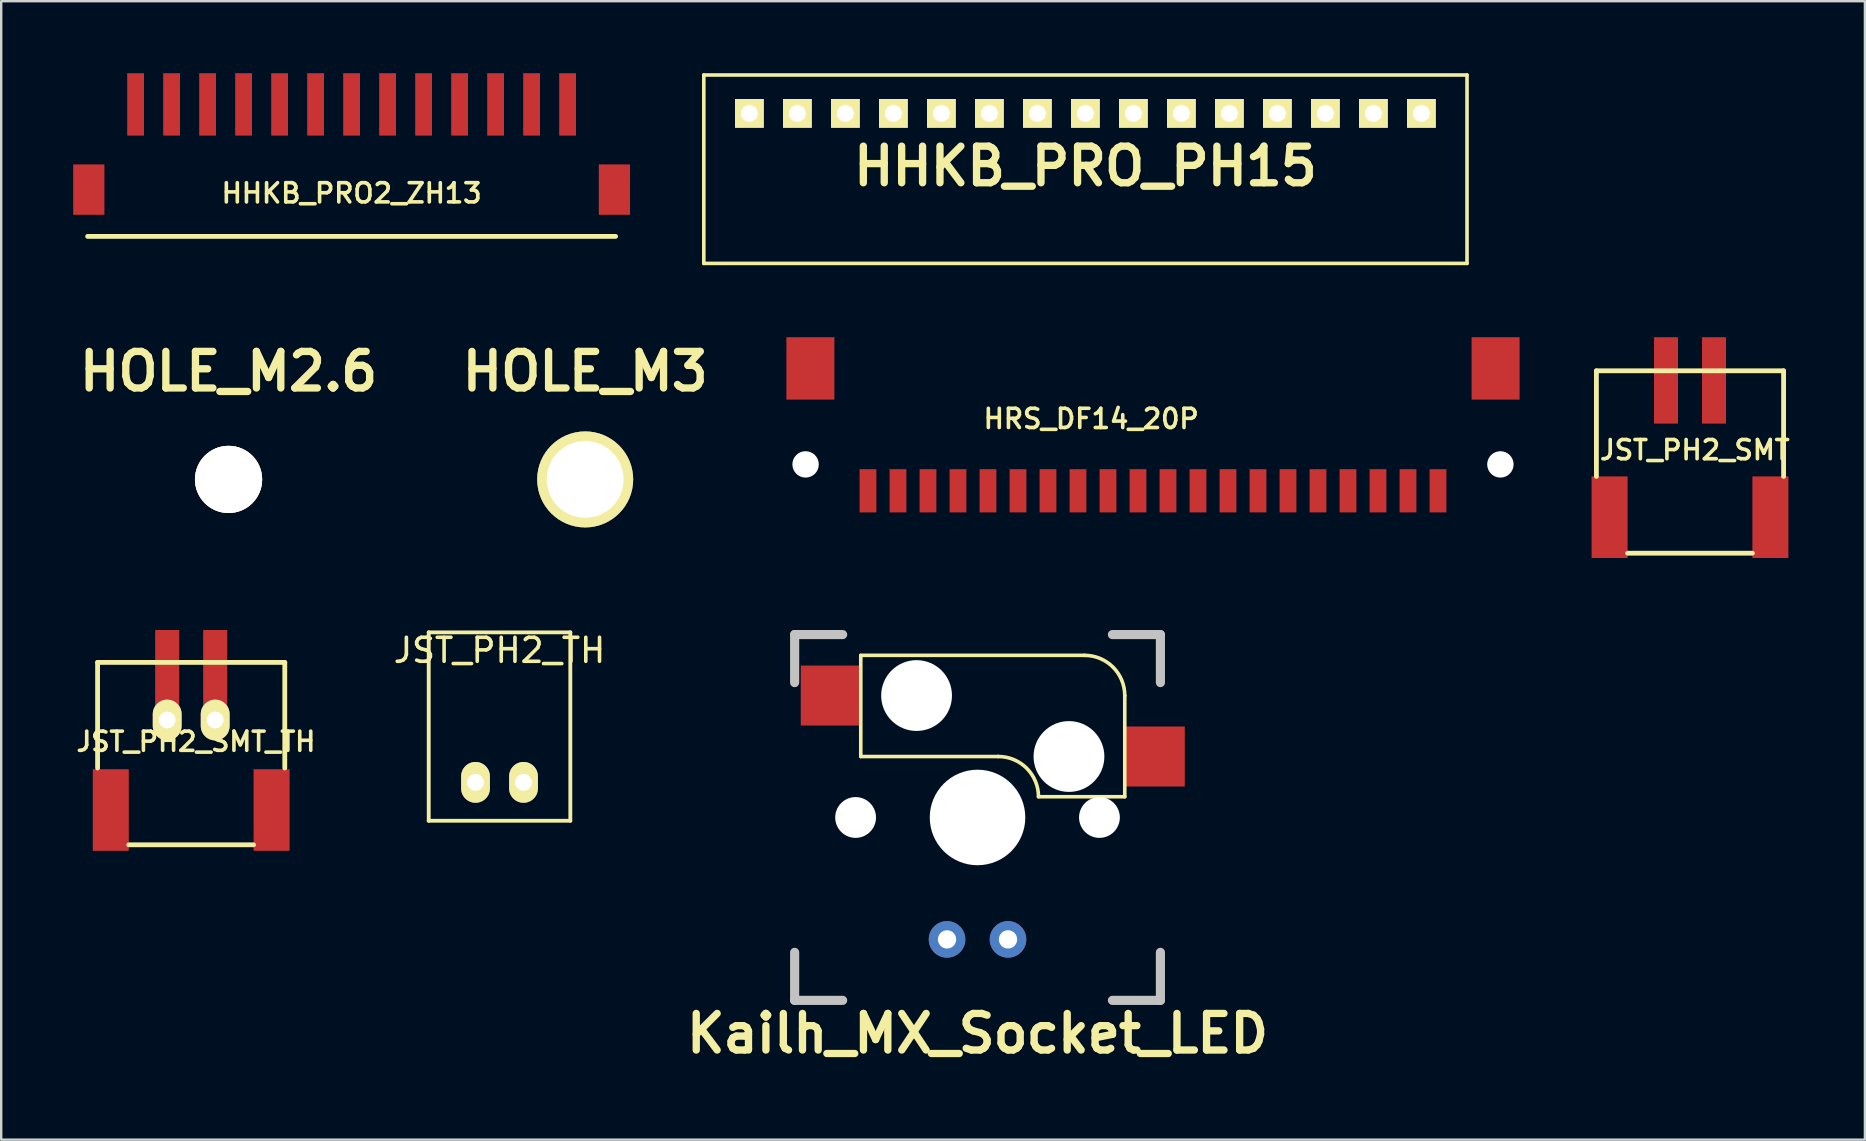
<source format=kicad_pcb>
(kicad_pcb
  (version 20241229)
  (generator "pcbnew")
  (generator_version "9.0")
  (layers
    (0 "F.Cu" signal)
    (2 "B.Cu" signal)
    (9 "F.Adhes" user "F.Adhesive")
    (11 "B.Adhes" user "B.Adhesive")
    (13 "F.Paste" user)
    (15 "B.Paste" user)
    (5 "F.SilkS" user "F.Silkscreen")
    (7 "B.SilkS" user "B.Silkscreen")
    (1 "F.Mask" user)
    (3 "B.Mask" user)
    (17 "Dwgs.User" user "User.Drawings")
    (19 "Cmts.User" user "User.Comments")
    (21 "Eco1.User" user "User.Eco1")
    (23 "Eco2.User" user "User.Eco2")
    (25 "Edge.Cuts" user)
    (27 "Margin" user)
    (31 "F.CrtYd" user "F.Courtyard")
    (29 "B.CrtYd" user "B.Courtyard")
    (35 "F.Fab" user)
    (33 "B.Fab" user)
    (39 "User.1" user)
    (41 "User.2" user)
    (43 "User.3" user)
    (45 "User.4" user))
  (footprint "HOLE_M3"
    (layer "F.Cu")
    (at 21.332 16.926)
    (property "Reference" "HOLE_M3" (at 0 -4.5 0) (layer "F.SilkS") (effects (font (size 1.524 1.524) (thickness 0.305))))
    (attr through_hole)
    (pad "1" thru_hole circle (at 0 0) (size 4 4) (drill 3.2) (layers "*.Cu" "*.Mask" "F.SilkS")))
  (footprint "JST_PH2_SMT_TH"
    (layer "F.Cu")
    (at 3.916 24.95)
    (property "Reference" "JST_PH2_SMT_TH" (at 1.2 2.9 0) (layer "F.SilkS") (effects (font (size 0.8 0.8) (thickness 0.15))))
    (attr through_hole)
    (fp_line (start -2.9 -0.4) (end -2.9 4) (stroke (width 0.2) (type solid)) (layer "F.SilkS"))
    (fp_line (start -2.9 -0.4) (end 4.9 -0.4) (stroke (width 0.2) (type solid)) (layer "F.SilkS"))
    (fp_line (start 3.6 7.2) (end -1.6 7.2) (stroke (width 0.2) (type solid)) (layer "F.SilkS"))
    (fp_line (start 4.9 -0.4) (end 4.9 4) (stroke (width 0.2) (type solid)) (layer "F.SilkS"))
    (pad "1" smd rect (at 0 0) (size 1 3.5) (layers "F.Cu" "F.Mask" "F.Paste"))
    (pad "1" thru_hole oval (at 0 2) (size 1.2 1.7) (drill 0.7) (layers "*.Cu" "*.Mask" "F.SilkS"))
    (pad "2" smd rect (at 2 0) (size 1 3.5) (layers "F.Cu" "F.Mask" "F.Paste"))
    (pad "2" thru_hole oval (at 2 2) (size 1.2 1.7) (drill 0.7) (layers "*.Cu" "*.Mask" "F.SilkS"))
    (pad "3" smd rect (at -1.6 5.95) (size 1.5 3.4) (drill (offset -0.75 -0.2)) (layers "F.Cu" "F.Mask" "F.Paste"))
    (pad "3" smd rect (at 5.1 5.95) (size 1.5 3.4) (drill (offset -0.75 -0.2)) (layers "F.Cu" "F.Mask" "F.Paste")))
  (footprint "Kailh_MX_Socket_LED"
    (layer "F.Cu")
    (at 37.68 31.011)
    (property "Reference" "Kailh_MX_Socket_LED" (at 0 9 0) (layer "F.SilkS") (effects (font (size 1.524 1.524) (thickness 0.305))))
    (attr through_hole)
    (fp_line (start -4.865 -6.75) (end -4.865 -2.54) (stroke (width 0.15) (type solid)) (layer "F.SilkS"))
    (fp_line (start 0.865 -2.54) (end -4.865 -2.54) (stroke (width 0.15) (type solid)) (layer "F.SilkS"))
    (fp_line (start 4.46 -6.755) (end -4.865 -6.755) (stroke (width 0.15) (type solid)) (layer "F.SilkS"))
    (fp_line (start 6.135 -5.08) (end 6.135 -0.865) (stroke (width 0.15) (type solid)) (layer "F.SilkS"))
    (fp_line (start 6.135 -0.865) (end 2.54 -0.865) (stroke (width 0.15) (type solid)) (layer "F.SilkS"))
    (fp_arc (start 0.865 -2.54) (mid 2.049404 -2.049404) (end 2.54 -0.865) (stroke (width 0.15) (type solid)) (layer "F.SilkS"))
    (fp_arc (start 4.46 -6.755) (mid 5.644404 -6.264404) (end 6.135 -5.08) (stroke (width 0.15) (type solid)) (layer "F.SilkS"))
    (fp_line (start -7.62 -7.62) (end -5.62 -7.62) (stroke (width 0.381) (type solid)) (layer "Dwgs.User"))
    (fp_line (start -7.62 -5.62) (end -7.62 -7.62) (stroke (width 0.381) (type solid)) (layer "Dwgs.User"))
    (fp_line (start -7.62 5.62) (end -7.62 7.62) (stroke (width 0.381) (type solid)) (layer "Dwgs.User"))
    (fp_line (start -7.62 7.62) (end -5.62 7.62) (stroke (width 0.381) (type solid)) (layer "Dwgs.User"))
    (fp_line (start 5.62 -7.62) (end 7.62 -7.62) (stroke (width 0.381) (type solid)) (layer "Dwgs.User"))
    (fp_line (start 5.62 7.62) (end 7.62 7.62) (stroke (width 0.381) (type solid)) (layer "Dwgs.User"))
    (fp_line (start 7.62 -7.62) (end 7.62 -5.62) (stroke (width 0.381) (type solid)) (layer "Dwgs.User"))
    (fp_line (start 7.62 5.62) (end 7.62 7.62) (stroke (width 0.381) (type solid)) (layer "Dwgs.User"))
    (pad "" np_thru_hole circle (at -5.08 0) (size 1.7 1.7) (drill 1.7) (layers "*.Cu" "*.Mask"))
    (pad "" np_thru_hole circle (at -2.54 -5.08) (size 2.95 2.95) (drill 2.95) (layers "*.Cu" "*.Mask"))
    (pad "" np_thru_hole circle (at 0 0) (size 3.98 3.98) (drill 3.98) (layers "*.Cu" "*.Mask"))
    (pad "" np_thru_hole circle (at 3.81 -2.54) (size 2.95 2.95) (drill 2.95) (layers "*.Cu" "*.Mask"))
    (pad "" np_thru_hole circle (at 5.08 0) (size 1.7 1.7) (drill 1.7) (layers "*.Cu" "*.Mask"))
    (pad "1" smd rect (at 7.36 -2.54) (size 2.55 2.5) (layers "F.Cu" "F.Mask" "F.Paste"))
    (pad "2" smd rect (at -6.09 -5.08) (size 2.55 2.5) (layers "F.Cu" "F.Mask" "F.Paste"))
    (pad "3" thru_hole circle (at -1.27 5.08) (size 1.524 1.524) (drill 0.762) (layers "*.Cu" "*.Mask"))
    (pad "4" thru_hole circle (at 1.27 5.08) (size 1.524 1.524) (drill 0.762) (layers "*.Cu" "*.Mask")))
  (footprint "HRS_DF14_20P"
    (layer "F.Cu")
    (at 33.116 17.4)
    (property "Reference" "HRS_DF14_20P" (at 9.3 -3 0) (layer "F.SilkS") (effects (font (size 0.8 0.8) (thickness 0.15))))
    (attr through_hole)
    (pad "" np_thru_hole circle (at -2.6 -1.1) (size 1.1 1.1) (drill 1.1) (layers "*.Cu" "*.Mask"))
    (pad "" np_thru_hole circle (at 26.35 -1.1) (size 1.1 1.1) (drill 1.1) (layers "*.Cu" "*.Mask"))
    (pad "1" smd rect (at 23.75 0) (size 0.7 1.8) (layers "F.Cu" "F.Mask" "F.Paste"))
    (pad "2" smd rect (at 22.5 0) (size 0.7 1.8) (layers "F.Cu" "F.Mask" "F.Paste"))
    (pad "3" smd rect (at 21.25 0) (size 0.7 1.8) (layers "F.Cu" "F.Mask" "F.Paste"))
    (pad "4" smd rect (at 20 0) (size 0.7 1.8) (layers "F.Cu" "F.Mask" "F.Paste"))
    (pad "5" smd rect (at 18.75 0) (size 0.7 1.8) (layers "F.Cu" "F.Mask" "F.Paste"))
    (pad "6" smd rect (at 17.5 0) (size 0.7 1.8) (layers "F.Cu" "F.Mask" "F.Paste"))
    (pad "7" smd rect (at 16.25 0) (size 0.7 1.8) (layers "F.Cu" "F.Mask" "F.Paste"))
    (pad "8" smd rect (at 15 0) (size 0.7 1.8) (layers "F.Cu" "F.Mask" "F.Paste"))
    (pad "9" smd rect (at 13.75 0) (size 0.7 1.8) (layers "F.Cu" "F.Mask" "F.Paste"))
    (pad "10" smd rect (at 12.5 0) (size 0.7 1.8) (layers "F.Cu" "F.Mask" "F.Paste"))
    (pad "11" smd rect (at 11.25 0) (size 0.7 1.8) (layers "F.Cu" "F.Mask" "F.Paste"))
    (pad "12" smd rect (at 10 0) (size 0.7 1.8) (layers "F.Cu" "F.Mask" "F.Paste"))
    (pad "13" smd rect (at 8.75 0) (size 0.7 1.8) (layers "F.Cu" "F.Mask" "F.Paste"))
    (pad "14" smd rect (at 7.5 0) (size 0.7 1.8) (layers "F.Cu" "F.Mask" "F.Paste"))
    (pad "15" smd rect (at 6.25 0) (size 0.7 1.8) (layers "F.Cu" "F.Mask" "F.Paste"))
    (pad "16" smd rect (at 5 0) (size 0.7 1.8) (layers "F.Cu" "F.Mask" "F.Paste"))
    (pad "17" smd rect (at 3.75 0) (size 0.7 1.8) (layers "F.Cu" "F.Mask" "F.Paste"))
    (pad "18" smd rect (at 2.5 0) (size 0.7 1.8) (layers "F.Cu" "F.Mask" "F.Paste"))
    (pad "19" smd rect (at 1.25 0) (size 0.7 1.8) (layers "F.Cu" "F.Mask" "F.Paste"))
    (pad "20" smd rect (at 0 0) (size 0.7 1.8) (layers "F.Cu" "F.Mask" "F.Paste"))
    (pad "21" smd rect (at -2.4 -5.1) (size 2 2.6) (layers "F.Cu" "F.Mask" "F.Paste"))
    (pad "22" smd rect (at 26.15 -5.1) (size 2 2.6) (layers "F.Cu" "F.Mask" "F.Paste")))
  (footprint "HHKB_PRO_PH15"
    (layer "F.Cu")
    (at 42.175 1.675)
    (property "Reference" "HHKB_PRO_PH15" (at 0 2.2 0) (layer "F.SilkS") (effects (font (size 1.524 1.524) (thickness 0.305))))
    (attr through_hole)
    (fp_line (start -15.9 -1.6) (end -15.9 6.25) (stroke (width 0.15) (type solid)) (layer "F.SilkS"))
    (fp_line (start 15.9 -1.6) (end -15.9 -1.6) (stroke (width 0.15) (type solid)) (layer "F.SilkS"))
    (fp_line (start 15.9 6.25) (end -15.9 6.25) (stroke (width 0.15) (type solid)) (layer "F.SilkS"))
    (fp_line (start 15.9 6.25) (end 15.9 -1.6) (stroke (width 0.15) (type solid)) (layer "F.SilkS"))
    (pad "1" thru_hole rect (at -14 0 180) (size 1.2 1.2) (drill 0.701) (layers "*.Cu" "*.Mask" "F.SilkS"))
    (pad "2" thru_hole rect (at -12 0 180) (size 1.2 1.2) (drill 0.701) (layers "*.Cu" "*.Mask" "F.SilkS"))
    (pad "3" thru_hole rect (at -10 0 180) (size 1.2 1.2) (drill 0.701) (layers "*.Cu" "*.Mask" "F.SilkS"))
    (pad "4" thru_hole rect (at -8 0 180) (size 1.2 1.2) (drill 0.701) (layers "*.Cu" "*.Mask" "F.SilkS"))
    (pad "5" thru_hole rect (at -6 0 180) (size 1.2 1.2) (drill 0.701) (layers "*.Cu" "*.Mask" "F.SilkS"))
    (pad "6" thru_hole rect (at -4 0 180) (size 1.2 1.2) (drill 0.701) (layers "*.Cu" "*.Mask" "F.SilkS"))
    (pad "7" thru_hole rect (at -2 0 180) (size 1.2 1.2) (drill 0.701) (layers "*.Cu" "*.Mask" "F.SilkS"))
    (pad "8" thru_hole rect (at 0 0 180) (size 1.2 1.2) (drill 0.701) (layers "*.Cu" "*.Mask" "F.SilkS"))
    (pad "9" thru_hole rect (at 2 0 180) (size 1.2 1.2) (drill 0.701) (layers "*.Cu" "*.Mask" "F.SilkS"))
    (pad "10" thru_hole rect (at 4 0 180) (size 1.2 1.2) (drill 0.701) (layers "*.Cu" "*.Mask" "F.SilkS"))
    (pad "11" thru_hole rect (at 6 0 180) (size 1.2 1.2) (drill 0.701) (layers "*.Cu" "*.Mask" "F.SilkS"))
    (pad "12" thru_hole rect (at 8 0 180) (size 1.2 1.2) (drill 0.701) (layers "*.Cu" "*.Mask" "F.SilkS"))
    (pad "13" thru_hole rect (at 10 0 180) (size 1.2 1.2) (drill 0.701) (layers "*.Cu" "*.Mask" "F.SilkS"))
    (pad "14" thru_hole rect (at 12 0 180) (size 1.2 1.2) (drill 0.701) (layers "*.Cu" "*.Mask" "F.SilkS"))
    (pad "15" thru_hole rect (at 14 0 180) (size 1.2 1.2) (drill 0.701) (layers "*.Cu" "*.Mask" "F.SilkS")))
  (footprint "JST_PH2_SMT"
    (layer "F.Cu")
    (at 66.366 12.8)
    (property "Reference" "JST_PH2_SMT" (at 1.2 2.9 0) (layer "F.SilkS") (effects (font (size 0.8 0.8) (thickness 0.15))))
    (attr through_hole)
    (fp_line (start -2.9 -0.4) (end -2.9 4) (stroke (width 0.2) (type solid)) (layer "F.SilkS"))
    (fp_line (start -2.9 -0.4) (end 4.9 -0.4) (stroke (width 0.2) (type solid)) (layer "F.SilkS"))
    (fp_line (start 3.6 7.2) (end -1.6 7.2) (stroke (width 0.2) (type solid)) (layer "F.SilkS"))
    (fp_line (start 4.9 -0.4) (end 4.9 4) (stroke (width 0.2) (type solid)) (layer "F.SilkS"))
    (pad "1" smd rect (at 0 0) (size 1 3.6) (layers "F.Cu" "F.Mask" "F.Paste"))
    (pad "2" smd rect (at 2 0) (size 1 3.6) (layers "F.Cu" "F.Mask" "F.Paste"))
    (pad "3" smd rect (at -1.6 5.9) (size 1.5 3.4) (drill (offset -0.75 -0.2)) (layers "F.Cu" "F.Mask" "F.Paste"))
    (pad "3" smd rect (at 5.1 5.9) (size 1.5 3.4) (drill (offset -0.75 -0.2)) (layers "F.Cu" "F.Mask" "F.Paste")))
  (footprint "JST_PH2_TH"
    (layer "F.Cu")
    (at 17.763 29.548)
    (property "Reference" "JST_PH2_TH" (at 0 -5.5 0) (layer "F.SilkS") (effects (font (size 1 1) (thickness 0.15))))
    (attr through_hole)
    (fp_line (start -2.95 -6.25) (end -2.95 1.6) (stroke (width 0.16) (type solid)) (layer "F.SilkS"))
    (fp_line (start -2.95 1.6) (end 2.95 1.6) (stroke (width 0.16) (type solid)) (layer "F.SilkS"))
    (fp_line (start 2.95 -6.25) (end -2.95 -6.25) (stroke (width 0.16) (type solid)) (layer "F.SilkS"))
    (fp_line (start 2.95 1.6) (end 2.95 -6.25) (stroke (width 0.16) (type solid)) (layer "F.SilkS"))
    (pad "1" thru_hole oval (at 1 0) (size 1.2 1.7) (drill oval 0.7) (layers "*.Cu" "*.Mask" "F.SilkS"))
    (pad "2" thru_hole oval (at -1 0) (size 1.2 1.7) (drill oval 0.7) (layers "*.Cu" "*.Mask" "F.SilkS")))
  (footprint "HHKB_PRO2_ZH13"
    (layer "F.Cu")
    (at 2.6 1.3)
    (property "Reference" "HHKB_PRO2_ZH13" (at 9 3.7 0) (layer "F.SilkS") (effects (font (size 0.8 0.8) (thickness 0.15))))
    (attr through_hole)
    (fp_line (start -2 5.5) (end 20 5.5) (stroke (width 0.2) (type solid)) (layer "F.SilkS"))
    (pad "1" smd rect (at 0 0 180) (size 0.7 2.6) (layers "F.Cu" "F.Mask" "F.Paste"))
    (pad "2" smd rect (at 1.5 0 180) (size 0.7 2.6) (layers "F.Cu" "F.Mask" "F.Paste"))
    (pad "3" smd rect (at 3 0 180) (size 0.7 2.6) (layers "F.Cu" "F.Mask" "F.Paste"))
    (pad "4" smd rect (at 4.5 0 180) (size 0.7 2.6) (layers "F.Cu" "F.Mask" "F.Paste"))
    (pad "5" smd rect (at 6 0 180) (size 0.7 2.6) (layers "F.Cu" "F.Mask" "F.Paste"))
    (pad "6" smd rect (at 7.5 0 180) (size 0.7 2.6) (layers "F.Cu" "F.Mask" "F.Paste"))
    (pad "7" smd rect (at 9 0 180) (size 0.7 2.6) (layers "F.Cu" "F.Mask" "F.Paste"))
    (pad "8" smd rect (at 10.5 0 180) (size 0.7 2.6) (layers "F.Cu" "F.Mask" "F.Paste"))
    (pad "9" smd rect (at 12 0 180) (size 0.7 2.6) (layers "F.Cu" "F.Mask" "F.Paste"))
    (pad "10" smd rect (at 13.5 0 180) (size 0.7 2.6) (layers "F.Cu" "F.Mask" "F.Paste"))
    (pad "11" smd rect (at 15 0 180) (size 0.7 2.6) (layers "F.Cu" "F.Mask" "F.Paste"))
    (pad "12" smd rect (at 16.5 0 180) (size 0.7 2.6) (layers "F.Cu" "F.Mask" "F.Paste"))
    (pad "13" smd rect (at 18 0 180) (size 0.7 2.6) (layers "F.Cu" "F.Mask" "F.Paste"))
    (pad "14" smd rect (at 19.95 3.55 180) (size 1.3 2.1) (layers "F.Cu" "F.Mask" "F.Paste"))
    (pad "15" smd rect (at -1.95 3.55 180) (size 1.3 2.1) (layers "F.Cu" "F.Mask" "F.Paste")))
  (footprint "HOLE_M2.6"
    (layer "F.Cu")
    (at 6.473 16.926)
    (property "Reference" "HOLE_M2.6" (at 0 -4.5 0) (layer "F.SilkS") (effects (font (size 1.524 1.524) (thickness 0.305))))
    (attr through_hole)
    (pad "1" thru_hole circle (at 0 0) (size 2.8 2.8) (drill 2.8) (layers "*.Cu" "*.Mask" "F.SilkS")))
  (gr_rect
    (start -3 -3)
    (end 74.654 44.437)
    (stroke (width 0.1) (type default))
    (fill no)
    (layer "Edge.Cuts")))
</source>
